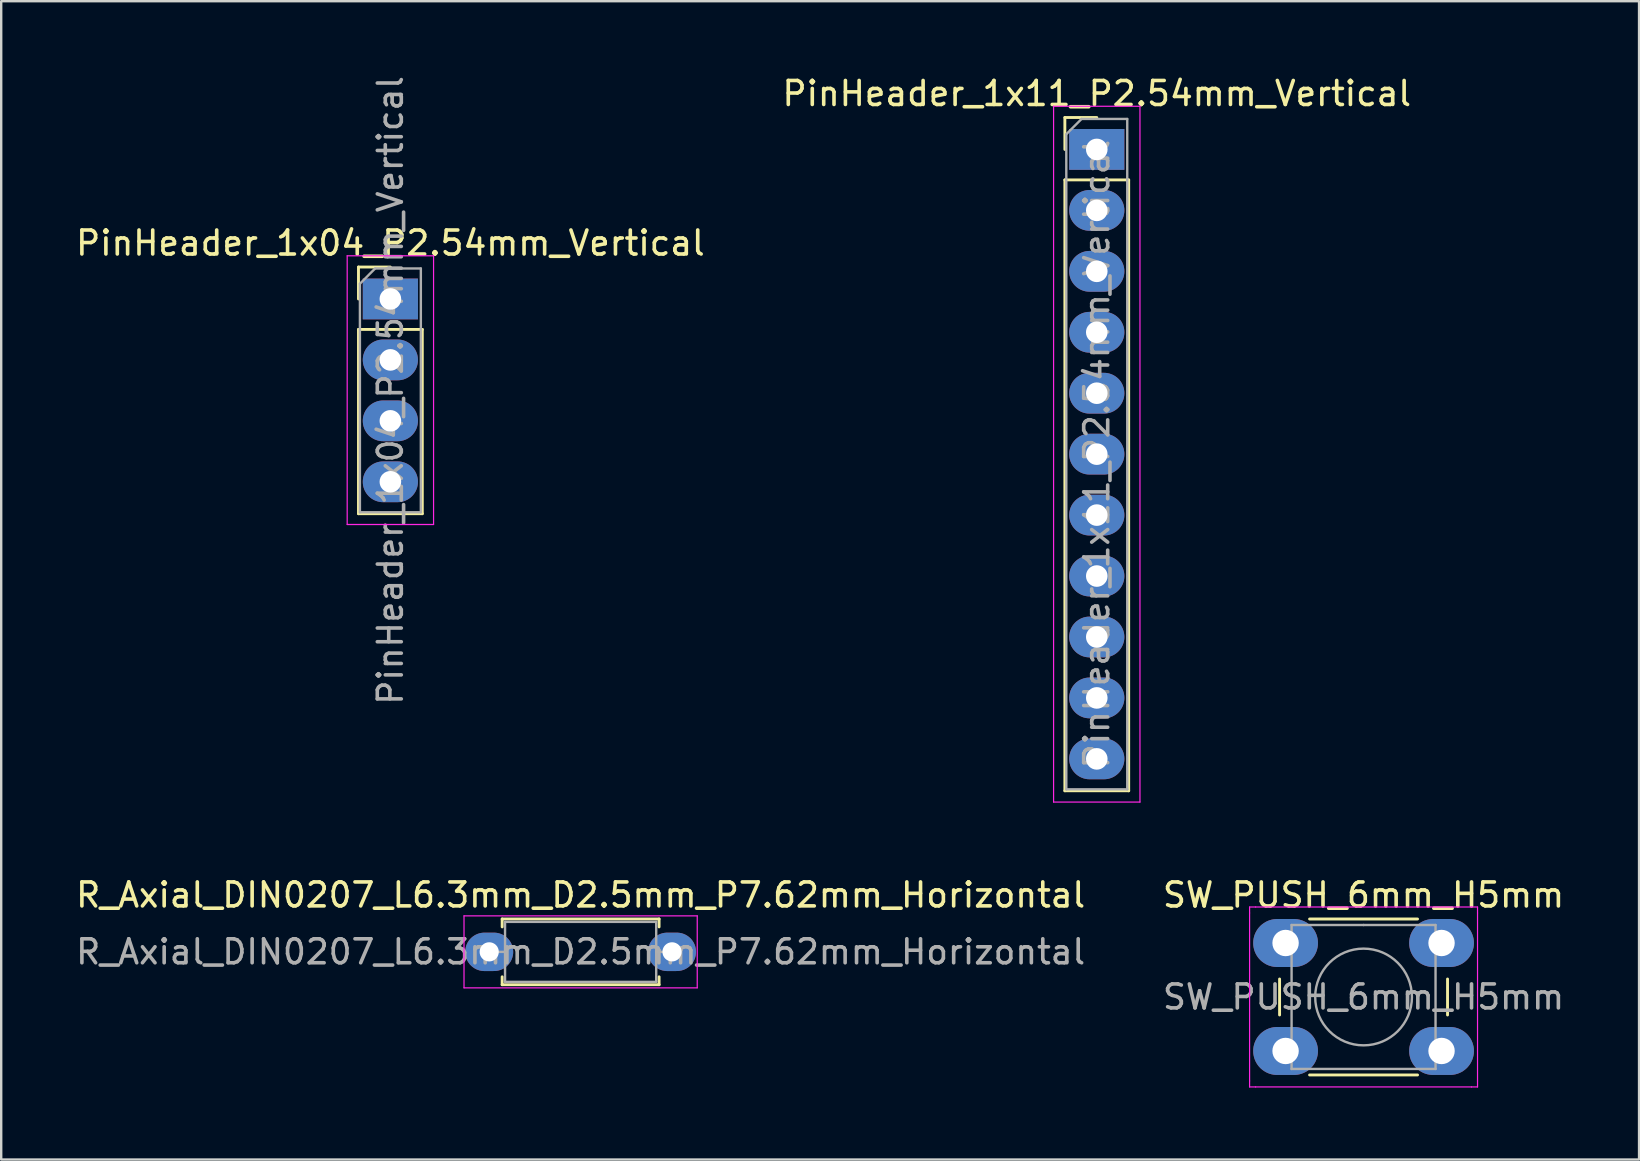
<source format=kicad_pcb>
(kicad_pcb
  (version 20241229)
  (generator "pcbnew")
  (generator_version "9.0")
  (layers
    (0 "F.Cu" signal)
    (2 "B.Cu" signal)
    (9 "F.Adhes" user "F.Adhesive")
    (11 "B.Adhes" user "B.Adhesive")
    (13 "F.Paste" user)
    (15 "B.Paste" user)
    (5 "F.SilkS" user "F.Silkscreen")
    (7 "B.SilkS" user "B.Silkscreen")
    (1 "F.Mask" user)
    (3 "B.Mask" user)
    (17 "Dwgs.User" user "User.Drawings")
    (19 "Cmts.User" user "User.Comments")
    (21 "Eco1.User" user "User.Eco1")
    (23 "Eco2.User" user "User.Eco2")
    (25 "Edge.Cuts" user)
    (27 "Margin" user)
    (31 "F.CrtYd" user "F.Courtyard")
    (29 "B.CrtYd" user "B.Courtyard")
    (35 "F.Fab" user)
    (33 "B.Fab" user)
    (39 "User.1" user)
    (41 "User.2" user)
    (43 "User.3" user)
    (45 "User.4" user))
  (footprint "PinHeader_1x04_P2.54mm_Vertical"
    (layer "F.Cu")
    (at 13.22 9.41)
    (property "Reference" "PinHeader_1x04_P2.54mm_Vertical" (at 0 -2.33 0) (layer "F.SilkS") (effects (font (size 1 1) (thickness 0.15))))
    (attr through_hole)
    (fp_line (start -1.33 -1.33) (end 0 -1.33) (stroke (width 0.12) (type solid)) (layer "F.SilkS"))
    (fp_line (start -1.33 0) (end -1.33 -1.33) (stroke (width 0.12) (type solid)) (layer "F.SilkS"))
    (fp_line (start -1.33 1.27) (end -1.33 8.95) (stroke (width 0.12) (type solid)) (layer "F.SilkS"))
    (fp_line (start -1.33 1.27) (end 1.33 1.27) (stroke (width 0.12) (type solid)) (layer "F.SilkS"))
    (fp_line (start -1.33 8.95) (end 1.33 8.95) (stroke (width 0.12) (type solid)) (layer "F.SilkS"))
    (fp_line (start 1.33 1.27) (end 1.33 8.95) (stroke (width 0.12) (type solid)) (layer "F.SilkS"))
    (fp_line (start -1.8 -1.8) (end -1.8 9.4) (stroke (width 0.05) (type solid)) (layer "F.CrtYd"))
    (fp_line (start -1.8 9.4) (end 1.8 9.4) (stroke (width 0.05) (type solid)) (layer "F.CrtYd"))
    (fp_line (start 1.8 -1.8) (end -1.8 -1.8) (stroke (width 0.05) (type solid)) (layer "F.CrtYd"))
    (fp_line (start 1.8 9.4) (end 1.8 -1.8) (stroke (width 0.05) (type solid)) (layer "F.CrtYd"))
    (fp_line (start -1.27 -0.635) (end -0.635 -1.27) (stroke (width 0.1) (type solid)) (layer "F.Fab"))
    (fp_line (start -1.27 8.89) (end -1.27 -0.635) (stroke (width 0.1) (type solid)) (layer "F.Fab"))
    (fp_line (start -0.635 -1.27) (end 1.27 -1.27) (stroke (width 0.1) (type solid)) (layer "F.Fab"))
    (fp_line (start 1.27 -1.27) (end 1.27 8.89) (stroke (width 0.1) (type solid)) (layer "F.Fab"))
    (fp_line (start 1.27 8.89) (end -1.27 8.89) (stroke (width 0.1) (type solid)) (layer "F.Fab"))
    (fp_text user "${REFERENCE}" (at 0 3.81 90) (layer "F.Fab") (effects (font (size 1 1) (thickness 0.15))))
    (pad "1" thru_hole rect (at 0 0) (size 2.3 1.7) (drill 0.9) (layers "*.Cu" "*.Mask"))
    (pad "2" thru_hole oval (at 0 2.54) (size 2.3 1.7) (drill 0.9) (layers "*.Cu" "*.Mask"))
    (pad "3" thru_hole oval (at 0 5.08) (size 2.3 1.7) (drill 0.9) (layers "*.Cu" "*.Mask"))
    (pad "4" thru_hole oval (at 0 7.62) (size 2.3 1.7) (drill 0.9) (layers "*.Cu" "*.Mask")))
  (footprint "R_Axial_DIN0207_L6.3mm_D2.5mm_P7.62mm_Horizontal"
    (layer "F.Cu")
    (at 17.339 36.621)
    (property "Reference" "R_Axial_DIN0207_L6.3mm_D2.5mm_P7.62mm_Horizontal" (at 3.81 -2.37 0) (layer "F.SilkS") (effects (font (size 1 1) (thickness 0.15))))
    (attr through_hole)
    (fp_line (start 0.54 -1.37) (end 7.08 -1.37) (stroke (width 0.12) (type solid)) (layer "F.SilkS"))
    (fp_line (start 0.54 -1.04) (end 0.54 -1.37) (stroke (width 0.12) (type solid)) (layer "F.SilkS"))
    (fp_line (start 0.54 1.04) (end 0.54 1.37) (stroke (width 0.12) (type solid)) (layer "F.SilkS"))
    (fp_line (start 0.54 1.37) (end 7.08 1.37) (stroke (width 0.12) (type solid)) (layer "F.SilkS"))
    (fp_line (start 7.08 -1.37) (end 7.08 -1.04) (stroke (width 0.12) (type solid)) (layer "F.SilkS"))
    (fp_line (start 7.08 1.37) (end 7.08 1.04) (stroke (width 0.12) (type solid)) (layer "F.SilkS"))
    (fp_line (start -1.05 -1.5) (end -1.05 1.5) (stroke (width 0.05) (type solid)) (layer "F.CrtYd"))
    (fp_line (start -1.05 1.5) (end 8.67 1.5) (stroke (width 0.05) (type solid)) (layer "F.CrtYd"))
    (fp_line (start 8.67 -1.5) (end -1.05 -1.5) (stroke (width 0.05) (type solid)) (layer "F.CrtYd"))
    (fp_line (start 8.67 1.5) (end 8.67 -1.5) (stroke (width 0.05) (type solid)) (layer "F.CrtYd"))
    (fp_line (start 0 0) (end 0.66 0) (stroke (width 0.1) (type solid)) (layer "F.Fab"))
    (fp_line (start 0.66 -1.25) (end 0.66 1.25) (stroke (width 0.1) (type solid)) (layer "F.Fab"))
    (fp_line (start 0.66 1.25) (end 6.96 1.25) (stroke (width 0.1) (type solid)) (layer "F.Fab"))
    (fp_line (start 6.96 -1.25) (end 0.66 -1.25) (stroke (width 0.1) (type solid)) (layer "F.Fab"))
    (fp_line (start 6.96 1.25) (end 6.96 -1.25) (stroke (width 0.1) (type solid)) (layer "F.Fab"))
    (fp_line (start 7.62 0) (end 6.96 0) (stroke (width 0.1) (type solid)) (layer "F.Fab"))
    (fp_text user "${REFERENCE}" (at 3.81 0 0) (layer "F.Fab") (effects (font (size 1 1) (thickness 0.15))))
    (pad "1" thru_hole oval (at 0 0) (size 2 1.6) (drill 0.8) (layers "*.Cu" "*.Mask"))
    (pad "2" thru_hole oval (at 7.62 0) (size 2 1.6) (drill 0.8) (layers "*.Cu" "*.Mask")))
  (footprint "SW_PUSH_6mm_H5mm"
    (layer "F.Cu")
    (at 50.53 36.252)
    (property "Reference" "SW_PUSH_6mm_H5mm" (at 3.25 -2 0) (layer "F.SilkS") (effects (font (size 1 1) (thickness 0.15))))
    (attr through_hole)
    (fp_line (start -0.25 1.5) (end -0.25 3) (stroke (width 0.12) (type solid)) (layer "F.SilkS"))
    (fp_line (start 1 5.5) (end 5.5 5.5) (stroke (width 0.12) (type solid)) (layer "F.SilkS"))
    (fp_line (start 5.5 -1) (end 1 -1) (stroke (width 0.12) (type solid)) (layer "F.SilkS"))
    (fp_line (start 6.75 3) (end 6.75 1.5) (stroke (width 0.12) (type solid)) (layer "F.SilkS"))
    (fp_line (start -1.5 -1.5) (end -1.25 -1.5) (stroke (width 0.05) (type solid)) (layer "F.CrtYd"))
    (fp_line (start -1.5 -1.25) (end -1.5 -1.5) (stroke (width 0.05) (type solid)) (layer "F.CrtYd"))
    (fp_line (start -1.5 5.75) (end -1.5 -1.25) (stroke (width 0.05) (type solid)) (layer "F.CrtYd"))
    (fp_line (start -1.5 5.75) (end -1.5 6) (stroke (width 0.05) (type solid)) (layer "F.CrtYd"))
    (fp_line (start -1.5 6) (end -1.25 6) (stroke (width 0.05) (type solid)) (layer "F.CrtYd"))
    (fp_line (start -1.25 -1.5) (end 7.75 -1.5) (stroke (width 0.05) (type solid)) (layer "F.CrtYd"))
    (fp_line (start 7.75 -1.5) (end 8 -1.5) (stroke (width 0.05) (type solid)) (layer "F.CrtYd"))
    (fp_line (start 7.75 6) (end -1.25 6) (stroke (width 0.05) (type solid)) (layer "F.CrtYd"))
    (fp_line (start 7.75 6) (end 8 6) (stroke (width 0.05) (type solid)) (layer "F.CrtYd"))
    (fp_line (start 8 -1.5) (end 8 -1.25) (stroke (width 0.05) (type solid)) (layer "F.CrtYd"))
    (fp_line (start 8 -1.25) (end 8 5.75) (stroke (width 0.05) (type solid)) (layer "F.CrtYd"))
    (fp_line (start 8 6) (end 8 5.75) (stroke (width 0.05) (type solid)) (layer "F.CrtYd"))
    (fp_line (start 0.25 -0.75) (end 3.25 -0.75) (stroke (width 0.1) (type solid)) (layer "F.Fab"))
    (fp_line (start 0.25 5.25) (end 0.25 -0.75) (stroke (width 0.1) (type solid)) (layer "F.Fab"))
    (fp_line (start 3.25 -0.75) (end 6.25 -0.75) (stroke (width 0.1) (type solid)) (layer "F.Fab"))
    (fp_line (start 6.25 -0.75) (end 6.25 5.25) (stroke (width 0.1) (type solid)) (layer "F.Fab"))
    (fp_line (start 6.25 5.25) (end 0.25 5.25) (stroke (width 0.1) (type solid)) (layer "F.Fab"))
    (fp_circle (center 3.25 2.25) (end 1.25 2.5) (stroke (width 0.1) (type solid)) (fill no) (layer "F.Fab"))
    (fp_text user "${REFERENCE}" (at 3.25 2.25 0) (layer "F.Fab") (effects (font (size 1 1) (thickness 0.15))))
    (pad "1" thru_hole oval (at 0 0 90) (size 2 2.7) (drill 1.1) (layers "*.Cu" "*.Mask"))
    (pad "1" thru_hole oval (at 6.5 0 90) (size 2 2.7) (drill 1.1) (layers "*.Cu" "*.Mask"))
    (pad "2" thru_hole oval (at 0 4.5 90) (size 2 2.7) (drill 1.1) (layers "*.Cu" "*.Mask"))
    (pad "2" thru_hole oval (at 6.5 4.5 90) (size 2 2.7) (drill 1.1) (layers "*.Cu" "*.Mask")))
  (footprint "PinHeader_1x11_P2.54mm_Vertical"
    (layer "F.Cu")
    (at 42.661 3.178)
    (property "Reference" "PinHeader_1x11_P2.54mm_Vertical" (at 0 -2.33 0) (layer "F.SilkS") (effects (font (size 1 1) (thickness 0.15))))
    (attr through_hole)
    (fp_line (start -1.33 -1.33) (end 0 -1.33) (stroke (width 0.12) (type solid)) (layer "F.SilkS"))
    (fp_line (start -1.33 0) (end -1.33 -1.33) (stroke (width 0.12) (type solid)) (layer "F.SilkS"))
    (fp_line (start -1.33 1.27) (end -1.33 26.73) (stroke (width 0.12) (type solid)) (layer "F.SilkS"))
    (fp_line (start -1.33 1.27) (end 1.33 1.27) (stroke (width 0.12) (type solid)) (layer "F.SilkS"))
    (fp_line (start -1.33 26.73) (end 1.33 26.73) (stroke (width 0.12) (type solid)) (layer "F.SilkS"))
    (fp_line (start 1.33 1.27) (end 1.33 26.73) (stroke (width 0.12) (type solid)) (layer "F.SilkS"))
    (fp_line (start -1.8 -1.8) (end -1.8 27.2) (stroke (width 0.05) (type solid)) (layer "F.CrtYd"))
    (fp_line (start -1.8 27.2) (end 1.8 27.2) (stroke (width 0.05) (type solid)) (layer "F.CrtYd"))
    (fp_line (start 1.8 -1.8) (end -1.8 -1.8) (stroke (width 0.05) (type solid)) (layer "F.CrtYd"))
    (fp_line (start 1.8 27.2) (end 1.8 -1.8) (stroke (width 0.05) (type solid)) (layer "F.CrtYd"))
    (fp_line (start -1.27 -0.635) (end -0.635 -1.27) (stroke (width 0.1) (type solid)) (layer "F.Fab"))
    (fp_line (start -1.27 26.67) (end -1.27 -0.635) (stroke (width 0.1) (type solid)) (layer "F.Fab"))
    (fp_line (start -0.635 -1.27) (end 1.27 -1.27) (stroke (width 0.1) (type solid)) (layer "F.Fab"))
    (fp_line (start 1.27 -1.27) (end 1.27 26.67) (stroke (width 0.1) (type solid)) (layer "F.Fab"))
    (fp_line (start 1.27 26.67) (end -1.27 26.67) (stroke (width 0.1) (type solid)) (layer "F.Fab"))
    (fp_text user "${REFERENCE}" (at 0 12.7 90) (layer "F.Fab") (effects (font (size 1 1) (thickness 0.15))))
    (pad "1" thru_hole rect (at 0 0) (size 2.3 1.7) (drill 0.9) (layers "*.Cu" "*.Mask"))
    (pad "2" thru_hole oval (at 0 2.54) (size 2.3 1.7) (drill 0.9) (layers "*.Cu" "*.Mask"))
    (pad "3" thru_hole oval (at 0 5.08) (size 2.3 1.7) (drill 0.9) (layers "*.Cu" "*.Mask"))
    (pad "4" thru_hole oval (at 0 7.62) (size 2.3 1.7) (drill 0.9) (layers "*.Cu" "*.Mask"))
    (pad "5" thru_hole oval (at 0 10.16) (size 2.3 1.7) (drill 0.9) (layers "*.Cu" "*.Mask"))
    (pad "6" thru_hole oval (at 0 12.7) (size 2.3 1.7) (drill 0.9) (layers "*.Cu" "*.Mask"))
    (pad "7" thru_hole oval (at 0 15.24) (size 2.3 1.7) (drill 0.9) (layers "*.Cu" "*.Mask"))
    (pad "8" thru_hole oval (at 0 17.78) (size 2.3 1.7) (drill 0.9) (layers "*.Cu" "*.Mask"))
    (pad "9" thru_hole oval (at 0 20.32) (size 2.3 1.7) (drill 0.9) (layers "*.Cu" "*.Mask"))
    (pad "10" thru_hole oval (at 0 22.86) (size 2.3 1.7) (drill 0.9) (layers "*.Cu" "*.Mask"))
    (pad "11" thru_hole oval (at 0 25.4) (size 2.3 1.7) (drill 0.9) (layers "*.Cu" "*.Mask")))
  (gr_rect
    (start -3 -3)
    (end 65.262 45.276)
    (stroke (width 0.1) (type default))
    (fill no)
    (layer "Edge.Cuts")))
</source>
